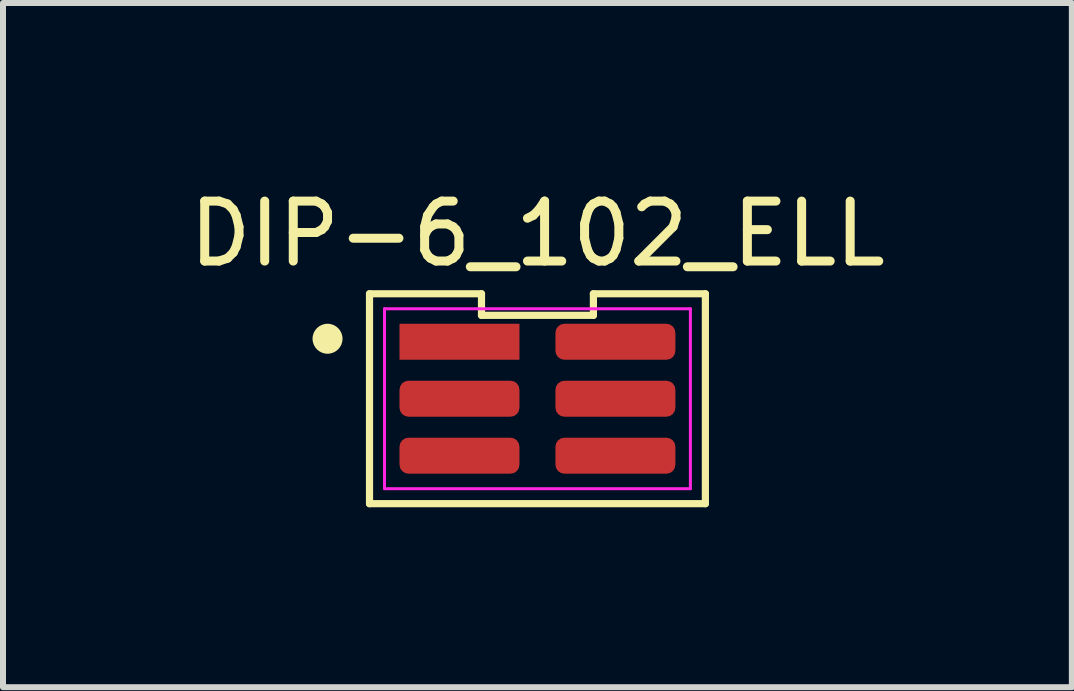
<source format=kicad_pcb>
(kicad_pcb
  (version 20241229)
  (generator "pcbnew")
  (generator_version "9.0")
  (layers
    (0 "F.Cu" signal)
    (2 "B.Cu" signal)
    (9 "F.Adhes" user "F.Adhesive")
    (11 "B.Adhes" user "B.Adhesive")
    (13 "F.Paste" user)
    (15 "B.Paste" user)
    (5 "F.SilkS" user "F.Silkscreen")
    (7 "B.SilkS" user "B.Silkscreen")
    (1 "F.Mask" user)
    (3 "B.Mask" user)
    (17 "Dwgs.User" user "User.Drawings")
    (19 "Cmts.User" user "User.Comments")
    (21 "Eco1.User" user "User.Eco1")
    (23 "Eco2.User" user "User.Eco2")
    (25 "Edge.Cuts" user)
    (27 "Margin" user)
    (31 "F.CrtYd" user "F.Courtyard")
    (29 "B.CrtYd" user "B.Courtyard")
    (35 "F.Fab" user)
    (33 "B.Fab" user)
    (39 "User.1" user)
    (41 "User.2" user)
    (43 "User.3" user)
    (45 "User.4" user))
  (footprint "DIP-6_102_ELL"
    (layer "F.Cu")
    (at 5.911 3.598)
    (property "Reference" "DIP-6_102_ELL" (at 0 -2.75 0) (layer "F.SilkS") (effects (font (size 1 1) (thickness 0.15))))
    (attr through_hole)
    (fp_line (start -2.8 -1.75) (end -2.8 1.75) (stroke (width 0.12) (type default)) (layer "F.SilkS"))
    (fp_line (start -2.8 1.75) (end 2.8 1.75) (stroke (width 0.12) (type default)) (layer "F.SilkS"))
    (fp_line (start -0.933 -1.75) (end -2.8 -1.75) (stroke (width 0.12) (type default)) (layer "F.SilkS"))
    (fp_line (start -0.933 -1.39) (end -0.933 -1.75) (stroke (width 0.12) (type default)) (layer "F.SilkS"))
    (fp_line (start 0.933 -1.75) (end 0.933 -1.39) (stroke (width 0.12) (type default)) (layer "F.SilkS"))
    (fp_line (start 0.933 -1.39) (end -0.933 -1.39) (stroke (width 0.12) (type default)) (layer "F.SilkS"))
    (fp_line (start 2.8 -1.75) (end 0.933 -1.75) (stroke (width 0.12) (type default)) (layer "F.SilkS"))
    (fp_line (start 2.8 1.75) (end 2.8 -1.75) (stroke (width 0.12) (type default)) (layer "F.SilkS"))
    (fp_circle (center -3.5 -1) (end -3.3 -1) (stroke (width 0.1) (type solid)) (fill yes) (layer "F.SilkS"))
    (fp_line (start -2.55 -1.5) (end 2.55 -1.5) (stroke (width 0.05) (type default)) (layer "F.CrtYd"))
    (fp_line (start -2.55 1.5) (end -2.55 -1.5) (stroke (width 0.05) (type default)) (layer "F.CrtYd"))
    (fp_line (start 2.55 -1.5) (end 2.55 1.5) (stroke (width 0.05) (type default)) (layer "F.CrtYd"))
    (fp_line (start 2.55 1.5) (end -2.55 1.5) (stroke (width 0.05) (type default)) (layer "F.CrtYd"))
    (pad "1" smd rect (at -1.3 -0.95 270) (size 0.6 2) (layers "F.Cu" "F.Mask" "F.Paste"))
    (pad "2" smd roundrect (at -1.3 0 270) (size 0.6 2) (layers "F.Cu" "F.Mask" "F.Paste") (roundrect_rratio 0.25))
    (pad "3" smd roundrect (at -1.3 0.95 270) (size 0.6 2) (layers "F.Cu" "F.Mask" "F.Paste") (roundrect_rratio 0.25))
    (pad "4" smd roundrect (at 1.3 0.95 270) (size 0.6 2) (layers "F.Cu" "F.Mask" "F.Paste") (roundrect_rratio 0.25))
    (pad "5" smd roundrect (at 1.3 0 270) (size 0.6 2) (layers "F.Cu" "F.Mask" "F.Paste") (roundrect_rratio 0.25))
    (pad "6" smd roundrect (at 1.3 -0.95 270) (size 0.6 2) (layers "F.Cu" "F.Mask" "F.Paste") (roundrect_rratio 0.25)))
  (gr_rect
    (start -3 -3)
    (end 14.821 8.408)
    (stroke (width 0.1) (type default))
    (fill no)
    (layer "Edge.Cuts")))
</source>
